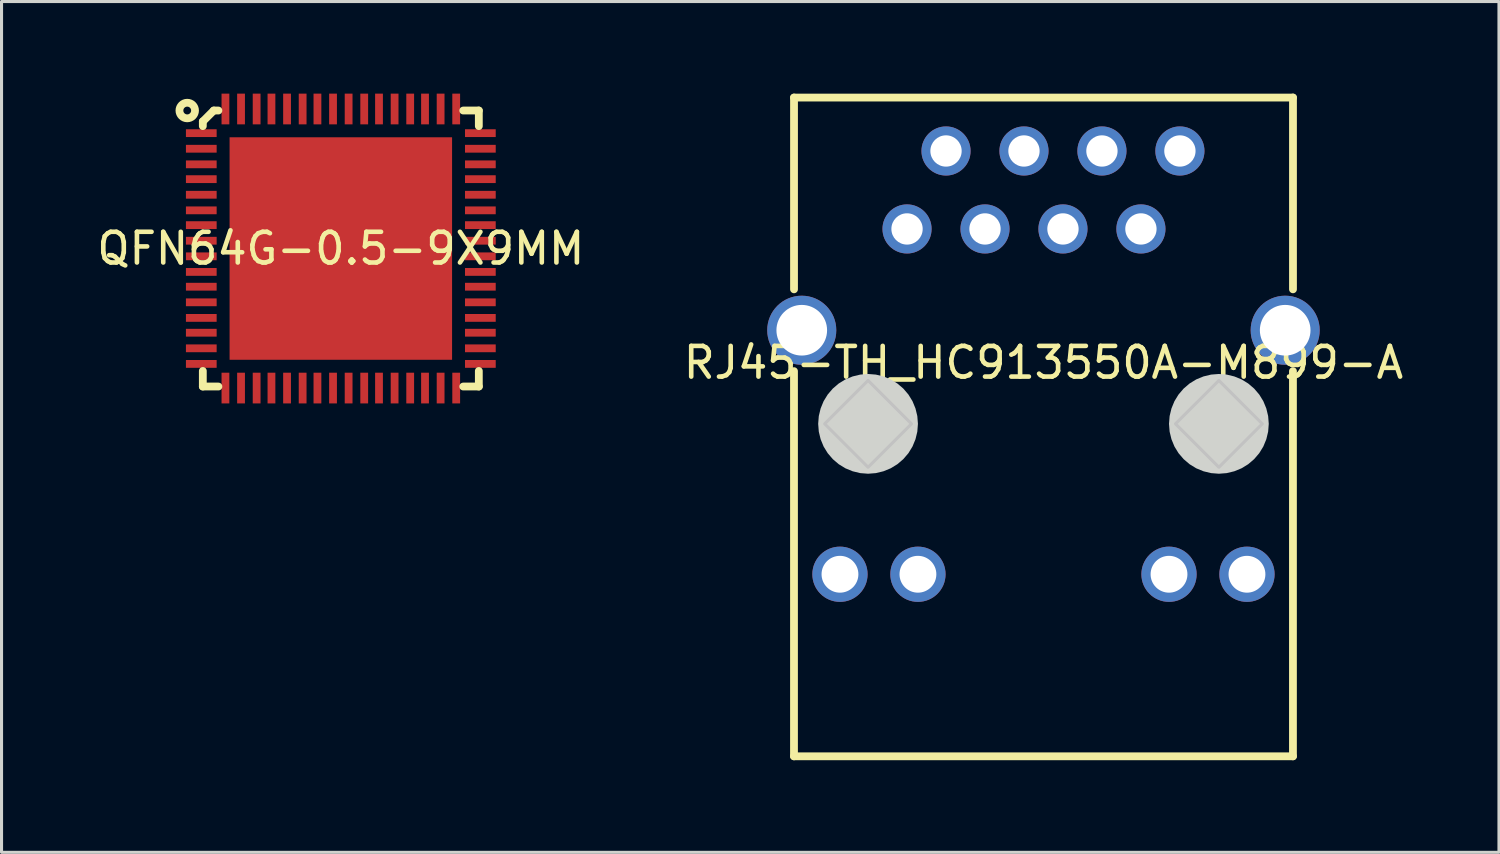
<source format=kicad_pcb>
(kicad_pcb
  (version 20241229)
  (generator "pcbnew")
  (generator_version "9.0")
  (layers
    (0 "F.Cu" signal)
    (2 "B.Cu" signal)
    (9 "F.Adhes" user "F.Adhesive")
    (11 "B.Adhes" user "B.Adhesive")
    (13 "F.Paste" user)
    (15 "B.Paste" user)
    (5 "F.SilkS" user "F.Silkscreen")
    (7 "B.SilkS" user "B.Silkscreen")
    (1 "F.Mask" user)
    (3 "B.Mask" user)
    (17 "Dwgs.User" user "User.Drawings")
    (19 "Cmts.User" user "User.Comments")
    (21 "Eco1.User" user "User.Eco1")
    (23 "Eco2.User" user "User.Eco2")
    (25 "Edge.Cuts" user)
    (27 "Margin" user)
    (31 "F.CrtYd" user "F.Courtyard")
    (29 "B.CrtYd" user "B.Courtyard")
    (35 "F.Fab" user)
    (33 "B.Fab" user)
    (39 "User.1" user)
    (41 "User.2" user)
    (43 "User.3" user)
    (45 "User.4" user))
  (footprint "RJ45-TH_HC913550A-M899-A"
    (layer "F.Cu")
    (at 30.946 8.764)
    (property "Reference" "RJ45-TH_HC913550A-M899-A" (at 0 0 0) (unlocked yes) (layer "F.SilkS") (effects (font (size 1 1) (thickness 0.15))))
    (fp_line (start -8.128 12.827) (end -8.128 0.278) (stroke (width 0.254) (type default)) (layer "F.SilkS"))
    (fp_line (start -8.127 -8.636) (end 8.129 -8.636) (stroke (width 0.254) (type default)) (layer "F.SilkS"))
    (fp_line (start -8.127 -2.388) (end -8.127 -8.636) (stroke (width 0.254) (type default)) (layer "F.SilkS"))
    (fp_line (start 8.128 0.278) (end 8.128 12.827) (stroke (width 0.254) (type default)) (layer "F.SilkS"))
    (fp_line (start 8.128 12.827) (end -8.128 12.827) (stroke (width 0.254) (type default)) (layer "F.SilkS"))
    (fp_line (start 8.129 -8.636) (end 8.129 -2.388) (stroke (width 0.254) (type default)) (layer "F.SilkS"))
    (fp_poly (pts (xy -5.715 3.409) (xy -7.129 1.995) (xy -5.715 0.581) (xy -4.301 1.995)) (stroke (width 0.1) (type default)) (fill no) (layer "Dwgs.User"))
    (fp_poly (pts (xy 5.715 3.409) (xy 4.301 1.995) (xy 5.715 0.581) (xy 7.129 1.995)) (stroke (width 0.1) (type default)) (fill no) (layer "Dwgs.User"))
    (fp_poly (pts (xy -4.09 1.995) (xy -4.11 1.741) (xy -4.17 1.493) (xy -4.267 1.257) (xy -4.4 1.04) (xy -4.566 0.846) (xy -4.76 0.68) (xy -4.977 0.547) (xy -5.213 0.45) (xy -5.461 0.39) (xy -5.715 0.37) (xy -5.969 0.39) (xy -6.217 0.45) (xy -6.453 0.547) (xy -6.67 0.68) (xy -6.864 0.846) (xy -7.03 1.04) (xy -7.163 1.257) (xy -7.26 1.493) (xy -7.32 1.741) (xy -7.34 1.995) (xy -7.32 2.249) (xy -7.26 2.497) (xy -7.163 2.733) (xy -7.03 2.95) (xy -6.864 3.144) (xy -6.67 3.31) (xy -6.453 3.443) (xy -6.217 3.54) (xy -5.969 3.6) (xy -5.715 3.62) (xy -5.461 3.6) (xy -5.213 3.54) (xy -4.977 3.443) (xy -4.76 3.31) (xy -4.566 3.144) (xy -4.4 2.95) (xy -4.267 2.733) (xy -4.17 2.497) (xy -4.11 2.249)) (stroke (width 0) (type default)) (fill yes) (layer "Edge.Cuts"))
    (fp_poly (pts (xy 7.34 1.995) (xy 7.32 1.741) (xy 7.26 1.493) (xy 7.163 1.257) (xy 7.03 1.04) (xy 6.864 0.846) (xy 6.67 0.68) (xy 6.453 0.547) (xy 6.217 0.45) (xy 5.969 0.39) (xy 5.715 0.37) (xy 5.461 0.39) (xy 5.213 0.45) (xy 4.977 0.547) (xy 4.76 0.68) (xy 4.566 0.846) (xy 4.4 1.04) (xy 4.267 1.257) (xy 4.17 1.493) (xy 4.11 1.741) (xy 4.09 1.995) (xy 4.11 2.249) (xy 4.17 2.497) (xy 4.267 2.733) (xy 4.4 2.95) (xy 4.566 3.144) (xy 4.76 3.31) (xy 4.977 3.443) (xy 5.213 3.54) (xy 5.461 3.6) (xy 5.715 3.62) (xy 5.969 3.6) (xy 6.217 3.54) (xy 6.453 3.443) (xy 6.67 3.31) (xy 6.864 3.144) (xy 7.03 2.95) (xy 7.163 2.733) (xy 7.26 2.497) (xy 7.32 2.249)) (stroke (width 0) (type default)) (fill yes) (layer "Edge.Cuts"))
    (fp_poly (pts (xy -8.025 -0.405) (xy -8.025 -1.705) (xy -7.725 -1.705) (xy -7.725 -0.405)) (stroke (width 0.1) (type default)) (fill no) (layer "User.1"))
    (fp_poly (pts (xy -7.01 6.575) (xy -6.25 6.575) (xy -6.25 7.215) (xy -7.01 7.215)) (stroke (width 0.1) (type default)) (fill no) (layer "User.1"))
    (fp_poly (pts (xy -4.77 -4.58) (xy -4.12 -4.58) (xy -4.12 -4.13) (xy -4.77 -4.13)) (stroke (width 0.1) (type default)) (fill no) (layer "User.1"))
    (fp_poly (pts (xy -4.47 6.575) (xy -3.71 6.575) (xy -3.71 7.215) (xy -4.47 7.215)) (stroke (width 0.1) (type default)) (fill no) (layer "User.1"))
    (fp_poly (pts (xy -3.5 -7.12) (xy -2.85 -7.12) (xy -2.85 -6.67) (xy -3.5 -6.67)) (stroke (width 0.1) (type default)) (fill no) (layer "User.1"))
    (fp_poly (pts (xy -2.23 -4.58) (xy -1.58 -4.58) (xy -1.58 -4.13) (xy -2.23 -4.13)) (stroke (width 0.1) (type default)) (fill no) (layer "User.1"))
    (fp_poly (pts (xy -0.96 -7.12) (xy -0.31 -7.12) (xy -0.31 -6.67) (xy -0.96 -6.67)) (stroke (width 0.1) (type default)) (fill no) (layer "User.1"))
    (fp_poly (pts (xy 0.31 -4.58) (xy 0.96 -4.58) (xy 0.96 -4.13) (xy 0.31 -4.13)) (stroke (width 0.1) (type default)) (fill no) (layer "User.1"))
    (fp_poly (pts (xy 1.58 -7.12) (xy 2.23 -7.12) (xy 2.23 -6.67) (xy 1.58 -6.67)) (stroke (width 0.1) (type default)) (fill no) (layer "User.1"))
    (fp_poly (pts (xy 2.85 -4.58) (xy 3.5 -4.58) (xy 3.5 -4.13) (xy 2.85 -4.13)) (stroke (width 0.1) (type default)) (fill no) (layer "User.1"))
    (fp_poly (pts (xy 3.71 6.575) (xy 4.47 6.575) (xy 4.47 7.215) (xy 3.71 7.215)) (stroke (width 0.1) (type default)) (fill no) (layer "User.1"))
    (fp_poly (pts (xy 4.12 -7.12) (xy 4.77 -7.12) (xy 4.77 -6.67) (xy 4.12 -6.67)) (stroke (width 0.1) (type default)) (fill no) (layer "User.1"))
    (fp_poly (pts (xy 6.25 6.575) (xy 7.01 6.575) (xy 7.01 7.215) (xy 6.25 7.215)) (stroke (width 0.1) (type default)) (fill no) (layer "User.1"))
    (fp_poly (pts (xy 7.725 -0.405) (xy 7.725 -1.705) (xy 8.025 -1.705) (xy 8.025 -0.405)) (stroke (width 0.1) (type default)) (fill no) (layer "User.1"))
    (fp_line (start -8 -8.605) (end 8 -8.605) (stroke (width 0.051) (type default)) (layer "User.2"))
    (fp_line (start -8 12.695) (end -8 -8.605) (stroke (width 0.051) (type default)) (layer "User.2"))
    (fp_line (start 8 -8.605) (end 8 12.695) (stroke (width 0.051) (type default)) (layer "User.2"))
    (fp_line (start 8 12.695) (end -8 12.695) (stroke (width 0.051) (type default)) (layer "User.2"))
    (fp_poly (pts (xy -7.965 -8.605) (xy -7.983 -8.647) (xy -8.025 -8.665) (xy -8.067 -8.647) (xy -8.085 -8.605) (xy -8.067 -8.563) (xy -8.025 -8.545) (xy -7.983 -8.563)) (stroke (width 0.1) (type default)) (fill no) (layer "User.3"))
    (pad "1" thru_hole circle (at -3.175 -6.895) (size 1.6 1.6) (drill 1.02) (layers "*.Cu" "*.Mask"))
    (pad "2" thru_hole circle (at -0.635 -6.895) (size 1.6 1.6) (drill 1.02) (layers "*.Cu" "*.Mask"))
    (pad "3" thru_hole circle (at 1.905 -6.895) (size 1.6 1.6) (drill 1.02) (layers "*.Cu" "*.Mask"))
    (pad "4" thru_hole circle (at 4.445 -6.895) (size 1.6 1.6) (drill 1.02) (layers "*.Cu" "*.Mask"))
    (pad "5" thru_hole circle (at -4.445 -4.355) (size 1.6 1.6) (drill 1.02) (layers "*.Cu" "*.Mask"))
    (pad "6" thru_hole circle (at -1.905 -4.355) (size 1.6 1.6) (drill 1.02) (layers "*.Cu" "*.Mask"))
    (pad "7" thru_hole circle (at 0.635 -4.355) (size 1.6 1.6) (drill 1.02) (layers "*.Cu" "*.Mask"))
    (pad "8" thru_hole circle (at 3.175 -4.355) (size 1.6 1.6) (drill 1.02) (layers "*.Cu" "*.Mask"))
    (pad "9" thru_hole circle (at -7.875 -1.055 90) (size 2.25 2.25) (drill 1.65) (layers "*.Cu" "*.Mask"))
    (pad "10" thru_hole circle (at 7.875 -1.055 90) (size 2.25 2.25) (drill 1.65) (layers "*.Cu" "*.Mask"))
    (pad "11" thru_hole circle (at -6.63 6.895) (size 1.8 1.8) (drill 1.2) (layers "*.Cu" "*.Mask"))
    (pad "12" thru_hole circle (at -4.09 6.895) (size 1.8 1.8) (drill 1.2) (layers "*.Cu" "*.Mask"))
    (pad "13" thru_hole circle (at 4.09 6.895) (size 1.8 1.8) (drill 1.2) (layers "*.Cu" "*.Mask"))
    (pad "14" thru_hole circle (at 6.63 6.895) (size 1.8 1.8) (drill 1.2) (layers "*.Cu" "*.Mask")))
  (footprint "QFN64G-0.5-9X9MM"
    (layer "F.Cu")
    (at 8.054 5.047)
    (property "Reference" "QFN64G-0.5-9X9MM" (at 0 0 0) (unlocked yes) (layer "F.SilkS") (effects (font (size 1 1) (thickness 0.15))))
    (fp_line (start -4.496 -4.14) (end -4.496 -3.988) (stroke (width 0.254) (type default)) (layer "F.SilkS"))
    (fp_line (start -4.496 4.496) (end -4.496 3.988) (stroke (width 0.254) (type default)) (layer "F.SilkS"))
    (fp_line (start -4.14 -4.496) (end -4.496 -4.14) (stroke (width 0.254) (type default)) (layer "F.SilkS"))
    (fp_line (start -3.988 -4.496) (end -4.14 -4.496) (stroke (width 0.254) (type default)) (layer "F.SilkS"))
    (fp_line (start -3.988 4.496) (end -4.496 4.496) (stroke (width 0.254) (type default)) (layer "F.SilkS"))
    (fp_line (start 3.988 -4.496) (end 4.496 -4.496) (stroke (width 0.254) (type default)) (layer "F.SilkS"))
    (fp_line (start 3.988 4.496) (end 4.496 4.496) (stroke (width 0.254) (type default)) (layer "F.SilkS"))
    (fp_line (start 4.496 -4.496) (end 4.496 -3.988) (stroke (width 0.254) (type default)) (layer "F.SilkS"))
    (fp_line (start 4.496 4.496) (end 4.496 3.988) (stroke (width 0.254) (type default)) (layer "F.SilkS"))
    (fp_circle (center -5.004 -4.496) (end -4.75 -4.496) (stroke (width 0.254) (type default)) (fill no) (layer "F.SilkS"))
    (pad "1" smd rect (at -4.546 -3.759) (size 1.001 0.254) (layers "F.Cu" "F.Mask" "F.Paste"))
    (pad "2" smd rect (at -4.546 -3.251) (size 1.001 0.254) (layers "F.Cu" "F.Mask" "F.Paste"))
    (pad "3" smd rect (at -4.546 -2.743) (size 1.001 0.254) (layers "F.Cu" "F.Mask" "F.Paste"))
    (pad "4" smd rect (at -4.546 -2.26) (size 1.001 0.254) (layers "F.Cu" "F.Mask" "F.Paste"))
    (pad "5" smd rect (at -4.546 -1.752) (size 1.001 0.254) (layers "F.Cu" "F.Mask" "F.Paste"))
    (pad "6" smd rect (at -4.546 -1.244) (size 1.001 0.254) (layers "F.Cu" "F.Mask" "F.Paste"))
    (pad "7" smd rect (at -4.546 -0.762) (size 1.001 0.254) (layers "F.Cu" "F.Mask" "F.Paste"))
    (pad "8" smd rect (at -4.546 -0.254) (size 1.001 0.254) (layers "F.Cu" "F.Mask" "F.Paste"))
    (pad "9" smd rect (at -4.546 0.254) (size 1.001 0.254) (layers "F.Cu" "F.Mask" "F.Paste"))
    (pad "10" smd rect (at -4.546 0.762) (size 1.001 0.254) (layers "F.Cu" "F.Mask" "F.Paste"))
    (pad "11" smd rect (at -4.546 1.244) (size 1.001 0.254) (layers "F.Cu" "F.Mask" "F.Paste"))
    (pad "12" smd rect (at -4.546 1.752) (size 1.001 0.254) (layers "F.Cu" "F.Mask" "F.Paste"))
    (pad "13" smd rect (at -4.546 2.26) (size 1.001 0.254) (layers "F.Cu" "F.Mask" "F.Paste"))
    (pad "14" smd rect (at -4.546 2.743) (size 1.001 0.254) (layers "F.Cu" "F.Mask" "F.Paste"))
    (pad "15" smd rect (at -4.546 3.251) (size 1.001 0.254) (layers "F.Cu" "F.Mask" "F.Paste"))
    (pad "16" smd rect (at -4.546 3.759) (size 1.001 0.254) (layers "F.Cu" "F.Mask" "F.Paste"))
    (pad "17" smd rect (at -3.759 4.546 90) (size 1.001 0.254) (layers "F.Cu" "F.Mask" "F.Paste"))
    (pad "18" smd rect (at -3.251 4.546 90) (size 1.001 0.254) (layers "F.Cu" "F.Mask" "F.Paste"))
    (pad "19" smd rect (at -2.743 4.546 90) (size 1.001 0.254) (layers "F.Cu" "F.Mask" "F.Paste"))
    (pad "20" smd rect (at -2.26 4.546 90) (size 1.001 0.254) (layers "F.Cu" "F.Mask" "F.Paste"))
    (pad "21" smd rect (at -1.752 4.546 90) (size 1.001 0.254) (layers "F.Cu" "F.Mask" "F.Paste"))
    (pad "22" smd rect (at -1.244 4.546 90) (size 1.001 0.254) (layers "F.Cu" "F.Mask" "F.Paste"))
    (pad "23" smd rect (at -0.762 4.546 90) (size 1.001 0.254) (layers "F.Cu" "F.Mask" "F.Paste"))
    (pad "24" smd rect (at -0.254 4.546 90) (size 1.001 0.254) (layers "F.Cu" "F.Mask" "F.Paste"))
    (pad "25" smd rect (at 0.254 4.546 90) (size 1.001 0.254) (layers "F.Cu" "F.Mask" "F.Paste"))
    (pad "26" smd rect (at 0.762 4.546 90) (size 1.001 0.254) (layers "F.Cu" "F.Mask" "F.Paste"))
    (pad "27" smd rect (at 1.244 4.546 90) (size 1.001 0.254) (layers "F.Cu" "F.Mask" "F.Paste"))
    (pad "28" smd rect (at 1.752 4.546 90) (size 1.001 0.254) (layers "F.Cu" "F.Mask" "F.Paste"))
    (pad "29" smd rect (at 2.26 4.546 90) (size 1.001 0.254) (layers "F.Cu" "F.Mask" "F.Paste"))
    (pad "30" smd rect (at 2.743 4.546 90) (size 1.001 0.254) (layers "F.Cu" "F.Mask" "F.Paste"))
    (pad "31" smd rect (at 3.251 4.546 90) (size 1.001 0.254) (layers "F.Cu" "F.Mask" "F.Paste"))
    (pad "32" smd rect (at 3.759 4.546 90) (size 1.001 0.254) (layers "F.Cu" "F.Mask" "F.Paste"))
    (pad "33" smd rect (at 4.546 3.759 180) (size 1.001 0.254) (layers "F.Cu" "F.Mask" "F.Paste"))
    (pad "34" smd rect (at 4.546 3.251 180) (size 1.001 0.254) (layers "F.Cu" "F.Mask" "F.Paste"))
    (pad "35" smd rect (at 4.546 2.743 180) (size 1.001 0.254) (layers "F.Cu" "F.Mask" "F.Paste"))
    (pad "36" smd rect (at 4.546 2.26 180) (size 1.001 0.254) (layers "F.Cu" "F.Mask" "F.Paste"))
    (pad "37" smd rect (at 4.546 1.752 180) (size 1.001 0.254) (layers "F.Cu" "F.Mask" "F.Paste"))
    (pad "38" smd rect (at 4.546 1.244 180) (size 1.001 0.254) (layers "F.Cu" "F.Mask" "F.Paste"))
    (pad "39" smd rect (at 4.546 0.762 180) (size 1.001 0.254) (layers "F.Cu" "F.Mask" "F.Paste"))
    (pad "40" smd rect (at 4.546 0.254 180) (size 1.001 0.254) (layers "F.Cu" "F.Mask" "F.Paste"))
    (pad "41" smd rect (at 4.546 -0.254 180) (size 1.001 0.254) (layers "F.Cu" "F.Mask" "F.Paste"))
    (pad "42" smd rect (at 4.546 -0.762 180) (size 1.001 0.254) (layers "F.Cu" "F.Mask" "F.Paste"))
    (pad "43" smd rect (at 4.546 -1.244 180) (size 1.001 0.254) (layers "F.Cu" "F.Mask" "F.Paste"))
    (pad "44" smd rect (at 4.546 -1.752 180) (size 1.001 0.254) (layers "F.Cu" "F.Mask" "F.Paste"))
    (pad "45" smd rect (at 4.546 -2.26 180) (size 1.001 0.254) (layers "F.Cu" "F.Mask" "F.Paste"))
    (pad "46" smd rect (at 4.546 -2.743 180) (size 1.001 0.254) (layers "F.Cu" "F.Mask" "F.Paste"))
    (pad "47" smd rect (at 4.546 -3.251 180) (size 1.001 0.254) (layers "F.Cu" "F.Mask" "F.Paste"))
    (pad "48" smd rect (at 4.546 -3.759 180) (size 1.001 0.254) (layers "F.Cu" "F.Mask" "F.Paste"))
    (pad "49" smd rect (at 3.759 -4.546 270) (size 1.001 0.254) (layers "F.Cu" "F.Mask" "F.Paste"))
    (pad "50" smd rect (at 3.251 -4.546 270) (size 1.001 0.254) (layers "F.Cu" "F.Mask" "F.Paste"))
    (pad "51" smd rect (at 2.743 -4.546 270) (size 1.001 0.254) (layers "F.Cu" "F.Mask" "F.Paste"))
    (pad "52" smd rect (at 2.26 -4.546 270) (size 1.001 0.254) (layers "F.Cu" "F.Mask" "F.Paste"))
    (pad "53" smd rect (at 1.752 -4.546 270) (size 1.001 0.254) (layers "F.Cu" "F.Mask" "F.Paste"))
    (pad "54" smd rect (at 1.244 -4.546 270) (size 1.001 0.254) (layers "F.Cu" "F.Mask" "F.Paste"))
    (pad "55" smd rect (at 0.762 -4.546 270) (size 1.001 0.254) (layers "F.Cu" "F.Mask" "F.Paste"))
    (pad "56" smd rect (at 0.254 -4.546 270) (size 1.001 0.254) (layers "F.Cu" "F.Mask" "F.Paste"))
    (pad "57" smd rect (at -0.254 -4.546 270) (size 1.001 0.254) (layers "F.Cu" "F.Mask" "F.Paste"))
    (pad "58" smd rect (at -0.762 -4.546 270) (size 1.001 0.254) (layers "F.Cu" "F.Mask" "F.Paste"))
    (pad "59" smd rect (at -1.244 -4.546 270) (size 1.001 0.254) (layers "F.Cu" "F.Mask" "F.Paste"))
    (pad "60" smd rect (at -1.752 -4.546 270) (size 1.001 0.254) (layers "F.Cu" "F.Mask" "F.Paste"))
    (pad "61" smd rect (at -2.26 -4.546 270) (size 1.001 0.254) (layers "F.Cu" "F.Mask" "F.Paste"))
    (pad "62" smd rect (at -2.743 -4.546 270) (size 1.001 0.254) (layers "F.Cu" "F.Mask" "F.Paste"))
    (pad "63" smd rect (at -3.251 -4.546 270) (size 1.001 0.254) (layers "F.Cu" "F.Mask" "F.Paste"))
    (pad "64" smd rect (at -3.759 -4.546 270) (size 1.001 0.254) (layers "F.Cu" "F.Mask" "F.Paste"))
    (pad "65" smd rect (at 0 0) (size 7.249 7.249) (layers "F.Cu" "F.Mask" "F.Paste")))
  (gr_rect
    (start -3 -3)
    (end 45.786 24.718)
    (stroke (width 0.1) (type default))
    (fill no)
    (layer "Edge.Cuts")))
</source>
